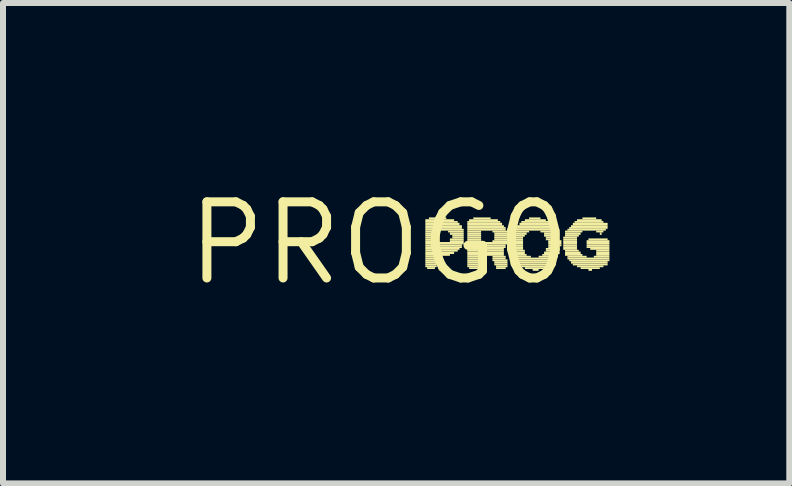
<source format=kicad_pcb>
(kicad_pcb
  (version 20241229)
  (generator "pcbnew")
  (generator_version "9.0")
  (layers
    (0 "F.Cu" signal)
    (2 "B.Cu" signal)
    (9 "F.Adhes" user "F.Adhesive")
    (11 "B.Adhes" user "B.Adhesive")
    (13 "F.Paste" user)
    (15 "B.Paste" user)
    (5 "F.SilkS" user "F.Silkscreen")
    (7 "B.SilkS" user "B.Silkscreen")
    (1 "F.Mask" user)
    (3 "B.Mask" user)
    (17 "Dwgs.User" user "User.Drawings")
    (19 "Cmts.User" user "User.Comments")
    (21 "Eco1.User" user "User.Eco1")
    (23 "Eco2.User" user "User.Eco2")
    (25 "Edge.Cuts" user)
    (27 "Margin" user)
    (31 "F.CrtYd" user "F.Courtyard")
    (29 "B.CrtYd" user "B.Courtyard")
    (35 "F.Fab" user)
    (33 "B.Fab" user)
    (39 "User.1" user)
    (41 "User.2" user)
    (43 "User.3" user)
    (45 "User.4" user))
  (footprint "PROG0"
    (layer "F.Cu")
    (at 3.273 1.006)
    (property "Reference" "PROG0" (at 0 0 0) (unlocked yes) (layer "F.SilkS") (effects (font (size 1.27 1.27) (thickness 0.15))))
    (fp_poly (pts (xy 0.77 -0.37) (xy 1.25 -0.37) (xy 1.25 -0.4) (xy 0.77 -0.4)) (stroke (width 0) (type default)) (fill yes) (layer "F.SilkS"))
    (fp_poly (pts (xy 0.77 -0.34) (xy 1.31 -0.34) (xy 1.31 -0.37) (xy 0.77 -0.37)) (stroke (width 0) (type default)) (fill yes) (layer "F.SilkS"))
    (fp_poly (pts (xy 0.77 -0.3) (xy 1.34 -0.3) (xy 1.34 -0.34) (xy 0.77 -0.34)) (stroke (width 0) (type default)) (fill yes) (layer "F.SilkS"))
    (fp_poly (pts (xy 0.77 -0.27) (xy 1.38 -0.27) (xy 1.38 -0.3) (xy 0.77 -0.3)) (stroke (width 0) (type default)) (fill yes) (layer "F.SilkS"))
    (fp_poly (pts (xy 0.77 -0.24) (xy 1.38 -0.24) (xy 1.38 -0.27) (xy 0.77 -0.27)) (stroke (width 0) (type default)) (fill yes) (layer "F.SilkS"))
    (fp_poly (pts (xy 0.77 -0.21) (xy 1.41 -0.21) (xy 1.41 -0.24) (xy 0.77 -0.24)) (stroke (width 0) (type default)) (fill yes) (layer "F.SilkS"))
    (fp_poly (pts (xy 0.77 -0.18) (xy 0.96 -0.18) (xy 0.96 -0.21) (xy 0.77 -0.21)) (stroke (width 0) (type default)) (fill yes) (layer "F.SilkS"))
    (fp_poly (pts (xy 0.77 -0.14) (xy 0.96 -0.14) (xy 0.96 -0.18) (xy 0.77 -0.18)) (stroke (width 0) (type default)) (fill yes) (layer "F.SilkS"))
    (fp_poly (pts (xy 0.77 -0.11) (xy 0.96 -0.11) (xy 0.96 -0.14) (xy 0.77 -0.14)) (stroke (width 0) (type default)) (fill yes) (layer "F.SilkS"))
    (fp_poly (pts (xy 0.77 -0.08) (xy 0.96 -0.08) (xy 0.96 -0.11) (xy 0.77 -0.11)) (stroke (width 0) (type default)) (fill yes) (layer "F.SilkS"))
    (fp_poly (pts (xy 0.77 -0.05) (xy 0.96 -0.05) (xy 0.96 -0.08) (xy 0.77 -0.08)) (stroke (width 0) (type default)) (fill yes) (layer "F.SilkS"))
    (fp_poly (pts (xy 0.77 -0.02) (xy 0.96 -0.02) (xy 0.96 -0.05) (xy 0.77 -0.05)) (stroke (width 0) (type default)) (fill yes) (layer "F.SilkS"))
    (fp_poly (pts (xy 0.77 0.02) (xy 1.41 0.02) (xy 1.41 -0.02) (xy 0.77 -0.02)) (stroke (width 0) (type default)) (fill yes) (layer "F.SilkS"))
    (fp_poly (pts (xy 0.77 0.05) (xy 1.38 0.05) (xy 1.38 0.02) (xy 0.77 0.02)) (stroke (width 0) (type default)) (fill yes) (layer "F.SilkS"))
    (fp_poly (pts (xy 0.77 0.08) (xy 1.38 0.08) (xy 1.38 0.05) (xy 0.77 0.05)) (stroke (width 0) (type default)) (fill yes) (layer "F.SilkS"))
    (fp_poly (pts (xy 0.77 0.11) (xy 1.34 0.11) (xy 1.34 0.08) (xy 0.77 0.08)) (stroke (width 0) (type default)) (fill yes) (layer "F.SilkS"))
    (fp_poly (pts (xy 0.77 0.14) (xy 1.31 0.14) (xy 1.31 0.11) (xy 0.77 0.11)) (stroke (width 0) (type default)) (fill yes) (layer "F.SilkS"))
    (fp_poly (pts (xy 0.77 0.18) (xy 1.25 0.18) (xy 1.25 0.14) (xy 0.77 0.14)) (stroke (width 0) (type default)) (fill yes) (layer "F.SilkS"))
    (fp_poly (pts (xy 0.77 0.21) (xy 1.18 0.21) (xy 1.18 0.18) (xy 0.77 0.18)) (stroke (width 0) (type default)) (fill yes) (layer "F.SilkS"))
    (fp_poly (pts (xy 0.77 0.24) (xy 0.96 0.24) (xy 0.96 0.21) (xy 0.77 0.21)) (stroke (width 0) (type default)) (fill yes) (layer "F.SilkS"))
    (fp_poly (pts (xy 0.77 0.27) (xy 0.96 0.27) (xy 0.96 0.24) (xy 0.77 0.24)) (stroke (width 0) (type default)) (fill yes) (layer "F.SilkS"))
    (fp_poly (pts (xy 0.77 0.3) (xy 0.96 0.3) (xy 0.96 0.27) (xy 0.77 0.27)) (stroke (width 0) (type default)) (fill yes) (layer "F.SilkS"))
    (fp_poly (pts (xy 0.77 0.34) (xy 0.96 0.34) (xy 0.96 0.3) (xy 0.77 0.3)) (stroke (width 0) (type default)) (fill yes) (layer "F.SilkS"))
    (fp_poly (pts (xy 0.77 0.37) (xy 0.96 0.37) (xy 0.96 0.34) (xy 0.77 0.34)) (stroke (width 0) (type default)) (fill yes) (layer "F.SilkS"))
    (fp_poly (pts (xy 0.77 0.4) (xy 0.96 0.4) (xy 0.96 0.37) (xy 0.77 0.37)) (stroke (width 0) (type default)) (fill yes) (layer "F.SilkS"))
    (fp_poly (pts (xy 0.8 0.43) (xy 0.93 0.43) (xy 0.93 0.4) (xy 0.8 0.4)) (stroke (width 0) (type default)) (fill yes) (layer "F.SilkS"))
    (fp_poly (pts (xy 0.83 -0.4) (xy 1.12 -0.4) (xy 1.12 -0.43) (xy 0.83 -0.43)) (stroke (width 0) (type default)) (fill yes) (layer "F.SilkS"))
    (fp_poly (pts (xy 1.15 -0.18) (xy 1.41 -0.18) (xy 1.41 -0.21) (xy 1.15 -0.21)) (stroke (width 0) (type default)) (fill yes) (layer "F.SilkS"))
    (fp_poly (pts (xy 1.18 -0.14) (xy 1.41 -0.14) (xy 1.41 -0.18) (xy 1.18 -0.18)) (stroke (width 0) (type default)) (fill yes) (layer "F.SilkS"))
    (fp_poly (pts (xy 1.18 -0.05) (xy 1.41 -0.05) (xy 1.41 -0.08) (xy 1.18 -0.08)) (stroke (width 0) (type default)) (fill yes) (layer "F.SilkS"))
    (fp_poly (pts (xy 1.18 -0.02) (xy 1.41 -0.02) (xy 1.41 -0.05) (xy 1.18 -0.05)) (stroke (width 0) (type default)) (fill yes) (layer "F.SilkS"))
    (fp_poly (pts (xy 1.22 -0.11) (xy 1.41 -0.11) (xy 1.41 -0.14) (xy 1.22 -0.14)) (stroke (width 0) (type default)) (fill yes) (layer "F.SilkS"))
    (fp_poly (pts (xy 1.22 -0.08) (xy 1.41 -0.08) (xy 1.41 -0.11) (xy 1.22 -0.11)) (stroke (width 0) (type default)) (fill yes) (layer "F.SilkS"))
    (fp_poly (pts (xy 1.47 -0.34) (xy 2.02 -0.34) (xy 2.02 -0.37) (xy 1.47 -0.37)) (stroke (width 0) (type default)) (fill yes) (layer "F.SilkS"))
    (fp_poly (pts (xy 1.47 -0.3) (xy 2.05 -0.3) (xy 2.05 -0.34) (xy 1.47 -0.34)) (stroke (width 0) (type default)) (fill yes) (layer "F.SilkS"))
    (fp_poly (pts (xy 1.47 -0.27) (xy 2.08 -0.27) (xy 2.08 -0.3) (xy 1.47 -0.3)) (stroke (width 0) (type default)) (fill yes) (layer "F.SilkS"))
    (fp_poly (pts (xy 1.47 -0.24) (xy 2.11 -0.24) (xy 2.11 -0.27) (xy 1.47 -0.27)) (stroke (width 0) (type default)) (fill yes) (layer "F.SilkS"))
    (fp_poly (pts (xy 1.47 -0.21) (xy 2.11 -0.21) (xy 2.11 -0.24) (xy 1.47 -0.24)) (stroke (width 0) (type default)) (fill yes) (layer "F.SilkS"))
    (fp_poly (pts (xy 1.47 -0.18) (xy 1.7 -0.18) (xy 1.7 -0.21) (xy 1.47 -0.21)) (stroke (width 0) (type default)) (fill yes) (layer "F.SilkS"))
    (fp_poly (pts (xy 1.47 -0.14) (xy 1.7 -0.14) (xy 1.7 -0.18) (xy 1.47 -0.18)) (stroke (width 0) (type default)) (fill yes) (layer "F.SilkS"))
    (fp_poly (pts (xy 1.47 -0.11) (xy 1.7 -0.11) (xy 1.7 -0.14) (xy 1.47 -0.14)) (stroke (width 0) (type default)) (fill yes) (layer "F.SilkS"))
    (fp_poly (pts (xy 1.47 -0.08) (xy 1.7 -0.08) (xy 1.7 -0.11) (xy 1.47 -0.11)) (stroke (width 0) (type default)) (fill yes) (layer "F.SilkS"))
    (fp_poly (pts (xy 1.47 -0.05) (xy 1.7 -0.05) (xy 1.7 -0.08) (xy 1.47 -0.08)) (stroke (width 0) (type default)) (fill yes) (layer "F.SilkS"))
    (fp_poly (pts (xy 1.47 -0.02) (xy 1.7 -0.02) (xy 1.7 -0.05) (xy 1.47 -0.05)) (stroke (width 0) (type default)) (fill yes) (layer "F.SilkS"))
    (fp_poly (pts (xy 1.47 0.02) (xy 2.14 0.02) (xy 2.14 -0.02) (xy 1.47 -0.02)) (stroke (width 0) (type default)) (fill yes) (layer "F.SilkS"))
    (fp_poly (pts (xy 1.47 0.05) (xy 2.11 0.05) (xy 2.11 0.02) (xy 1.47 0.02)) (stroke (width 0) (type default)) (fill yes) (layer "F.SilkS"))
    (fp_poly (pts (xy 1.47 0.08) (xy 2.11 0.08) (xy 2.11 0.05) (xy 1.47 0.05)) (stroke (width 0) (type default)) (fill yes) (layer "F.SilkS"))
    (fp_poly (pts (xy 1.47 0.11) (xy 2.08 0.11) (xy 2.08 0.08) (xy 1.47 0.08)) (stroke (width 0) (type default)) (fill yes) (layer "F.SilkS"))
    (fp_poly (pts (xy 1.47 0.14) (xy 2.08 0.14) (xy 2.08 0.11) (xy 1.47 0.11)) (stroke (width 0) (type default)) (fill yes) (layer "F.SilkS"))
    (fp_poly (pts (xy 1.47 0.18) (xy 2.08 0.18) (xy 2.08 0.14) (xy 1.47 0.14)) (stroke (width 0) (type default)) (fill yes) (layer "F.SilkS"))
    (fp_poly (pts (xy 1.47 0.21) (xy 2.08 0.21) (xy 2.08 0.18) (xy 1.47 0.18)) (stroke (width 0) (type default)) (fill yes) (layer "F.SilkS"))
    (fp_poly (pts (xy 1.47 0.24) (xy 1.7 0.24) (xy 1.7 0.21) (xy 1.47 0.21)) (stroke (width 0) (type default)) (fill yes) (layer "F.SilkS"))
    (fp_poly (pts (xy 1.47 0.27) (xy 1.7 0.27) (xy 1.7 0.24) (xy 1.47 0.24)) (stroke (width 0) (type default)) (fill yes) (layer "F.SilkS"))
    (fp_poly (pts (xy 1.47 0.3) (xy 1.7 0.3) (xy 1.7 0.27) (xy 1.47 0.27)) (stroke (width 0) (type default)) (fill yes) (layer "F.SilkS"))
    (fp_poly (pts (xy 1.47 0.34) (xy 1.7 0.34) (xy 1.7 0.3) (xy 1.47 0.3)) (stroke (width 0) (type default)) (fill yes) (layer "F.SilkS"))
    (fp_poly (pts (xy 1.47 0.37) (xy 1.7 0.37) (xy 1.7 0.34) (xy 1.47 0.34)) (stroke (width 0) (type default)) (fill yes) (layer "F.SilkS"))
    (fp_poly (pts (xy 1.47 0.4) (xy 1.7 0.4) (xy 1.7 0.37) (xy 1.47 0.37)) (stroke (width 0) (type default)) (fill yes) (layer "F.SilkS"))
    (fp_poly (pts (xy 1.5 -0.37) (xy 1.98 -0.37) (xy 1.98 -0.4) (xy 1.5 -0.4)) (stroke (width 0) (type default)) (fill yes) (layer "F.SilkS"))
    (fp_poly (pts (xy 1.5 0.43) (xy 1.66 0.43) (xy 1.66 0.4) (xy 1.5 0.4)) (stroke (width 0) (type default)) (fill yes) (layer "F.SilkS"))
    (fp_poly (pts (xy 1.57 -0.4) (xy 1.86 -0.4) (xy 1.86 -0.43) (xy 1.57 -0.43)) (stroke (width 0) (type default)) (fill yes) (layer "F.SilkS"))
    (fp_poly (pts (xy 1.89 -0.18) (xy 2.14 -0.18) (xy 2.14 -0.21) (xy 1.89 -0.21)) (stroke (width 0) (type default)) (fill yes) (layer "F.SilkS"))
    (fp_poly (pts (xy 1.89 -0.02) (xy 2.14 -0.02) (xy 2.14 -0.05) (xy 1.89 -0.05)) (stroke (width 0) (type default)) (fill yes) (layer "F.SilkS"))
    (fp_poly (pts (xy 1.89 0.24) (xy 2.11 0.24) (xy 2.11 0.21) (xy 1.89 0.21)) (stroke (width 0) (type default)) (fill yes) (layer "F.SilkS"))
    (fp_poly (pts (xy 1.89 0.27) (xy 2.11 0.27) (xy 2.11 0.24) (xy 1.89 0.24)) (stroke (width 0) (type default)) (fill yes) (layer "F.SilkS"))
    (fp_poly (pts (xy 1.89 0.3) (xy 2.14 0.3) (xy 2.14 0.27) (xy 1.89 0.27)) (stroke (width 0) (type default)) (fill yes) (layer "F.SilkS"))
    (fp_poly (pts (xy 1.92 -0.14) (xy 2.14 -0.14) (xy 2.14 -0.18) (xy 1.92 -0.18)) (stroke (width 0) (type default)) (fill yes) (layer "F.SilkS"))
    (fp_poly (pts (xy 1.92 -0.11) (xy 2.14 -0.11) (xy 2.14 -0.14) (xy 1.92 -0.14)) (stroke (width 0) (type default)) (fill yes) (layer "F.SilkS"))
    (fp_poly (pts (xy 1.92 -0.08) (xy 2.14 -0.08) (xy 2.14 -0.11) (xy 1.92 -0.11)) (stroke (width 0) (type default)) (fill yes) (layer "F.SilkS"))
    (fp_poly (pts (xy 1.92 -0.05) (xy 2.14 -0.05) (xy 2.14 -0.08) (xy 1.92 -0.08)) (stroke (width 0) (type default)) (fill yes) (layer "F.SilkS"))
    (fp_poly (pts (xy 1.92 0.34) (xy 2.14 0.34) (xy 2.14 0.3) (xy 1.92 0.3)) (stroke (width 0) (type default)) (fill yes) (layer "F.SilkS"))
    (fp_poly (pts (xy 1.92 0.37) (xy 2.14 0.37) (xy 2.14 0.34) (xy 1.92 0.34)) (stroke (width 0) (type default)) (fill yes) (layer "F.SilkS"))
    (fp_poly (pts (xy 1.95 0.4) (xy 2.14 0.4) (xy 2.14 0.37) (xy 1.95 0.37)) (stroke (width 0) (type default)) (fill yes) (layer "F.SilkS"))
    (fp_poly (pts (xy 1.95 0.43) (xy 2.11 0.43) (xy 2.11 0.4) (xy 1.95 0.4)) (stroke (width 0) (type default)) (fill yes) (layer "F.SilkS"))
    (fp_poly (pts (xy 2.18 -0.08) (xy 2.4 -0.08) (xy 2.4 -0.11) (xy 2.18 -0.11)) (stroke (width 0) (type default)) (fill yes) (layer "F.SilkS"))
    (fp_poly (pts (xy 2.18 -0.05) (xy 2.4 -0.05) (xy 2.4 -0.08) (xy 2.18 -0.08)) (stroke (width 0) (type default)) (fill yes) (layer "F.SilkS"))
    (fp_poly (pts (xy 2.18 -0.02) (xy 2.4 -0.02) (xy 2.4 -0.05) (xy 2.18 -0.05)) (stroke (width 0) (type default)) (fill yes) (layer "F.SilkS"))
    (fp_poly (pts (xy 2.18 0.02) (xy 2.4 0.02) (xy 2.4 -0.02) (xy 2.18 -0.02)) (stroke (width 0) (type default)) (fill yes) (layer "F.SilkS"))
    (fp_poly (pts (xy 2.18 0.05) (xy 2.4 0.05) (xy 2.4 0.02) (xy 2.18 0.02)) (stroke (width 0) (type default)) (fill yes) (layer "F.SilkS"))
    (fp_poly (pts (xy 2.18 0.08) (xy 2.4 0.08) (xy 2.4 0.05) (xy 2.18 0.05)) (stroke (width 0) (type default)) (fill yes) (layer "F.SilkS"))
    (fp_poly (pts (xy 2.18 0.11) (xy 2.4 0.11) (xy 2.4 0.08) (xy 2.18 0.08)) (stroke (width 0) (type default)) (fill yes) (layer "F.SilkS"))
    (fp_poly (pts (xy 2.18 0.14) (xy 2.43 0.14) (xy 2.43 0.11) (xy 2.18 0.11)) (stroke (width 0) (type default)) (fill yes) (layer "F.SilkS"))
    (fp_poly (pts (xy 2.21 -0.14) (xy 2.46 -0.14) (xy 2.46 -0.18) (xy 2.21 -0.18)) (stroke (width 0) (type default)) (fill yes) (layer "F.SilkS"))
    (fp_poly (pts (xy 2.21 -0.11) (xy 2.43 -0.11) (xy 2.43 -0.14) (xy 2.21 -0.14)) (stroke (width 0) (type default)) (fill yes) (layer "F.SilkS"))
    (fp_poly (pts (xy 2.21 0.18) (xy 2.43 0.18) (xy 2.43 0.14) (xy 2.21 0.14)) (stroke (width 0) (type default)) (fill yes) (layer "F.SilkS"))
    (fp_poly (pts (xy 2.21 0.21) (xy 2.46 0.21) (xy 2.46 0.18) (xy 2.21 0.18)) (stroke (width 0) (type default)) (fill yes) (layer "F.SilkS"))
    (fp_poly (pts (xy 2.24 -0.21) (xy 2.98 -0.21) (xy 2.98 -0.24) (xy 2.24 -0.24)) (stroke (width 0) (type default)) (fill yes) (layer "F.SilkS"))
    (fp_poly (pts (xy 2.24 -0.18) (xy 2.5 -0.18) (xy 2.5 -0.21) (xy 2.24 -0.21)) (stroke (width 0) (type default)) (fill yes) (layer "F.SilkS"))
    (fp_poly (pts (xy 2.24 0.24) (xy 2.53 0.24) (xy 2.53 0.21) (xy 2.24 0.21)) (stroke (width 0) (type default)) (fill yes) (layer "F.SilkS"))
    (fp_poly (pts (xy 2.24 0.27) (xy 2.94 0.27) (xy 2.94 0.24) (xy 2.24 0.24)) (stroke (width 0) (type default)) (fill yes) (layer "F.SilkS"))
    (fp_poly (pts (xy 2.27 -0.24) (xy 2.94 -0.24) (xy 2.94 -0.27) (xy 2.27 -0.27)) (stroke (width 0) (type default)) (fill yes) (layer "F.SilkS"))
    (fp_poly (pts (xy 2.27 0.3) (xy 2.94 0.3) (xy 2.94 0.27) (xy 2.27 0.27)) (stroke (width 0) (type default)) (fill yes) (layer "F.SilkS"))
    (fp_poly (pts (xy 2.3 -0.27) (xy 2.91 -0.27) (xy 2.91 -0.3) (xy 2.3 -0.3)) (stroke (width 0) (type default)) (fill yes) (layer "F.SilkS"))
    (fp_poly (pts (xy 2.3 0.34) (xy 2.91 0.34) (xy 2.91 0.3) (xy 2.3 0.3)) (stroke (width 0) (type default)) (fill yes) (layer "F.SilkS"))
    (fp_poly (pts (xy 2.34 -0.3) (xy 2.88 -0.3) (xy 2.88 -0.34) (xy 2.34 -0.34)) (stroke (width 0) (type default)) (fill yes) (layer "F.SilkS"))
    (fp_poly (pts (xy 2.34 0.37) (xy 2.88 0.37) (xy 2.88 0.34) (xy 2.34 0.34)) (stroke (width 0) (type default)) (fill yes) (layer "F.SilkS"))
    (fp_poly (pts (xy 2.37 -0.34) (xy 2.85 -0.34) (xy 2.85 -0.37) (xy 2.37 -0.37)) (stroke (width 0) (type default)) (fill yes) (layer "F.SilkS"))
    (fp_poly (pts (xy 2.37 0.4) (xy 2.82 0.4) (xy 2.82 0.37) (xy 2.37 0.37)) (stroke (width 0) (type default)) (fill yes) (layer "F.SilkS"))
    (fp_poly (pts (xy 2.43 -0.37) (xy 2.78 -0.37) (xy 2.78 -0.4) (xy 2.43 -0.4)) (stroke (width 0) (type default)) (fill yes) (layer "F.SilkS"))
    (fp_poly (pts (xy 2.43 0.43) (xy 2.78 0.43) (xy 2.78 0.4) (xy 2.43 0.4)) (stroke (width 0) (type default)) (fill yes) (layer "F.SilkS"))
    (fp_poly (pts (xy 2.5 -0.4) (xy 2.69 -0.4) (xy 2.69 -0.43) (xy 2.5 -0.43)) (stroke (width 0) (type default)) (fill yes) (layer "F.SilkS"))
    (fp_poly (pts (xy 2.56 0.46) (xy 2.66 0.46) (xy 2.66 0.43) (xy 2.56 0.43)) (stroke (width 0) (type default)) (fill yes) (layer "F.SilkS"))
    (fp_poly (pts (xy 2.66 0.24) (xy 2.98 0.24) (xy 2.98 0.21) (xy 2.66 0.21)) (stroke (width 0) (type default)) (fill yes) (layer "F.SilkS"))
    (fp_poly (pts (xy 2.69 -0.18) (xy 2.98 -0.18) (xy 2.98 -0.21) (xy 2.69 -0.21)) (stroke (width 0) (type default)) (fill yes) (layer "F.SilkS"))
    (fp_poly (pts (xy 2.72 0.21) (xy 2.98 0.21) (xy 2.98 0.18) (xy 2.72 0.18)) (stroke (width 0) (type default)) (fill yes) (layer "F.SilkS"))
    (fp_poly (pts (xy 2.75 -0.14) (xy 3.01 -0.14) (xy 3.01 -0.18) (xy 2.75 -0.18)) (stroke (width 0) (type default)) (fill yes) (layer "F.SilkS"))
    (fp_poly (pts (xy 2.75 -0.11) (xy 3.01 -0.11) (xy 3.01 -0.14) (xy 2.75 -0.14)) (stroke (width 0) (type default)) (fill yes) (layer "F.SilkS"))
    (fp_poly (pts (xy 2.75 0.18) (xy 3.01 0.18) (xy 3.01 0.14) (xy 2.75 0.14)) (stroke (width 0) (type default)) (fill yes) (layer "F.SilkS"))
    (fp_poly (pts (xy 2.78 -0.08) (xy 3.01 -0.08) (xy 3.01 -0.11) (xy 2.78 -0.11)) (stroke (width 0) (type default)) (fill yes) (layer "F.SilkS"))
    (fp_poly (pts (xy 2.78 -0.05) (xy 3.01 -0.05) (xy 3.01 -0.08) (xy 2.78 -0.08)) (stroke (width 0) (type default)) (fill yes) (layer "F.SilkS"))
    (fp_poly (pts (xy 2.78 0.11) (xy 3.01 0.11) (xy 3.01 0.08) (xy 2.78 0.08)) (stroke (width 0) (type default)) (fill yes) (layer "F.SilkS"))
    (fp_poly (pts (xy 2.78 0.14) (xy 3.01 0.14) (xy 3.01 0.11) (xy 2.78 0.11)) (stroke (width 0) (type default)) (fill yes) (layer "F.SilkS"))
    (fp_poly (pts (xy 2.82 -0.02) (xy 3.04 -0.02) (xy 3.04 -0.05) (xy 2.82 -0.05)) (stroke (width 0) (type default)) (fill yes) (layer "F.SilkS"))
    (fp_poly (pts (xy 2.82 0.02) (xy 3.04 0.02) (xy 3.04 -0.02) (xy 2.82 -0.02)) (stroke (width 0) (type default)) (fill yes) (layer "F.SilkS"))
    (fp_poly (pts (xy 2.82 0.05) (xy 3.04 0.05) (xy 3.04 0.02) (xy 2.82 0.02)) (stroke (width 0) (type default)) (fill yes) (layer "F.SilkS"))
    (fp_poly (pts (xy 2.82 0.08) (xy 3.01 0.08) (xy 3.01 0.05) (xy 2.82 0.05)) (stroke (width 0) (type default)) (fill yes) (layer "F.SilkS"))
    (fp_poly (pts (xy 3.07 -0.08) (xy 3.3 -0.08) (xy 3.3 -0.11) (xy 3.07 -0.11)) (stroke (width 0) (type default)) (fill yes) (layer "F.SilkS"))
    (fp_poly (pts (xy 3.07 -0.05) (xy 3.3 -0.05) (xy 3.3 -0.08) (xy 3.07 -0.08)) (stroke (width 0) (type default)) (fill yes) (layer "F.SilkS"))
    (fp_poly (pts (xy 3.07 -0.02) (xy 3.3 -0.02) (xy 3.3 -0.05) (xy 3.07 -0.05)) (stroke (width 0) (type default)) (fill yes) (layer "F.SilkS"))
    (fp_poly (pts (xy 3.07 0.02) (xy 3.3 0.02) (xy 3.3 -0.02) (xy 3.07 -0.02)) (stroke (width 0) (type default)) (fill yes) (layer "F.SilkS"))
    (fp_poly (pts (xy 3.07 0.05) (xy 3.3 0.05) (xy 3.3 0.02) (xy 3.07 0.02)) (stroke (width 0) (type default)) (fill yes) (layer "F.SilkS"))
    (fp_poly (pts (xy 3.07 0.08) (xy 3.3 0.08) (xy 3.3 0.05) (xy 3.07 0.05)) (stroke (width 0) (type default)) (fill yes) (layer "F.SilkS"))
    (fp_poly (pts (xy 3.07 0.11) (xy 3.3 0.11) (xy 3.3 0.08) (xy 3.07 0.08)) (stroke (width 0) (type default)) (fill yes) (layer "F.SilkS"))
    (fp_poly (pts (xy 3.1 -0.18) (xy 3.39 -0.18) (xy 3.39 -0.21) (xy 3.1 -0.21)) (stroke (width 0) (type default)) (fill yes) (layer "F.SilkS"))
    (fp_poly (pts (xy 3.1 -0.14) (xy 3.36 -0.14) (xy 3.36 -0.18) (xy 3.1 -0.18)) (stroke (width 0) (type default)) (fill yes) (layer "F.SilkS"))
    (fp_poly (pts (xy 3.1 -0.11) (xy 3.33 -0.11) (xy 3.33 -0.14) (xy 3.1 -0.14)) (stroke (width 0) (type default)) (fill yes) (layer "F.SilkS"))
    (fp_poly (pts (xy 3.1 0.14) (xy 3.33 0.14) (xy 3.33 0.11) (xy 3.1 0.11)) (stroke (width 0) (type default)) (fill yes) (layer "F.SilkS"))
    (fp_poly (pts (xy 3.1 0.18) (xy 3.36 0.18) (xy 3.36 0.14) (xy 3.1 0.14)) (stroke (width 0) (type default)) (fill yes) (layer "F.SilkS"))
    (fp_poly (pts (xy 3.1 0.21) (xy 3.39 0.21) (xy 3.39 0.18) (xy 3.1 0.18)) (stroke (width 0) (type default)) (fill yes) (layer "F.SilkS"))
    (fp_poly (pts (xy 3.14 -0.21) (xy 3.78 -0.21) (xy 3.78 -0.24) (xy 3.14 -0.24)) (stroke (width 0) (type default)) (fill yes) (layer "F.SilkS"))
    (fp_poly (pts (xy 3.14 0.24) (xy 3.46 0.24) (xy 3.46 0.21) (xy 3.14 0.21)) (stroke (width 0) (type default)) (fill yes) (layer "F.SilkS"))
    (fp_poly (pts (xy 3.14 0.27) (xy 3.84 0.27) (xy 3.84 0.24) (xy 3.14 0.24)) (stroke (width 0) (type default)) (fill yes) (layer "F.SilkS"))
    (fp_poly (pts (xy 3.17 -0.24) (xy 3.81 -0.24) (xy 3.81 -0.27) (xy 3.17 -0.27)) (stroke (width 0) (type default)) (fill yes) (layer "F.SilkS"))
    (fp_poly (pts (xy 3.17 0.3) (xy 3.84 0.3) (xy 3.84 0.27) (xy 3.17 0.27)) (stroke (width 0) (type default)) (fill yes) (layer "F.SilkS"))
    (fp_poly (pts (xy 3.2 -0.27) (xy 3.81 -0.27) (xy 3.81 -0.3) (xy 3.2 -0.3)) (stroke (width 0) (type default)) (fill yes) (layer "F.SilkS"))
    (fp_poly (pts (xy 3.2 0.34) (xy 3.81 0.34) (xy 3.81 0.3) (xy 3.2 0.3)) (stroke (width 0) (type default)) (fill yes) (layer "F.SilkS"))
    (fp_poly (pts (xy 3.23 -0.3) (xy 3.81 -0.3) (xy 3.81 -0.34) (xy 3.23 -0.34)) (stroke (width 0) (type default)) (fill yes) (layer "F.SilkS"))
    (fp_poly (pts (xy 3.23 0.37) (xy 3.81 0.37) (xy 3.81 0.34) (xy 3.23 0.34)) (stroke (width 0) (type default)) (fill yes) (layer "F.SilkS"))
    (fp_poly (pts (xy 3.26 -0.34) (xy 3.74 -0.34) (xy 3.74 -0.37) (xy 3.26 -0.37)) (stroke (width 0) (type default)) (fill yes) (layer "F.SilkS"))
    (fp_poly (pts (xy 3.3 -0.37) (xy 3.71 -0.37) (xy 3.71 -0.4) (xy 3.3 -0.4)) (stroke (width 0) (type default)) (fill yes) (layer "F.SilkS"))
    (fp_poly (pts (xy 3.3 0.4) (xy 3.74 0.4) (xy 3.74 0.37) (xy 3.3 0.37)) (stroke (width 0) (type default)) (fill yes) (layer "F.SilkS"))
    (fp_poly (pts (xy 3.36 0.43) (xy 3.68 0.43) (xy 3.68 0.4) (xy 3.36 0.4)) (stroke (width 0) (type default)) (fill yes) (layer "F.SilkS"))
    (fp_poly (pts (xy 3.39 -0.4) (xy 3.62 -0.4) (xy 3.62 -0.43) (xy 3.39 -0.43)) (stroke (width 0) (type default)) (fill yes) (layer "F.SilkS"))
    (fp_poly (pts (xy 3.46 -0.02) (xy 3.84 -0.02) (xy 3.84 -0.05) (xy 3.46 -0.05)) (stroke (width 0) (type default)) (fill yes) (layer "F.SilkS"))
    (fp_poly (pts (xy 3.46 0.02) (xy 3.84 0.02) (xy 3.84 -0.02) (xy 3.46 -0.02)) (stroke (width 0) (type default)) (fill yes) (layer "F.SilkS"))
    (fp_poly (pts (xy 3.46 0.05) (xy 3.84 0.05) (xy 3.84 0.02) (xy 3.46 0.02)) (stroke (width 0) (type default)) (fill yes) (layer "F.SilkS"))
    (fp_poly (pts (xy 3.46 0.08) (xy 3.84 0.08) (xy 3.84 0.05) (xy 3.46 0.05)) (stroke (width 0) (type default)) (fill yes) (layer "F.SilkS"))
    (fp_poly (pts (xy 3.49 -0.05) (xy 3.81 -0.05) (xy 3.81 -0.08) (xy 3.49 -0.08)) (stroke (width 0) (type default)) (fill yes) (layer "F.SilkS"))
    (fp_poly (pts (xy 3.49 0.46) (xy 3.55 0.46) (xy 3.55 0.43) (xy 3.49 0.43)) (stroke (width 0) (type default)) (fill yes) (layer "F.SilkS"))
    (fp_poly (pts (xy 3.52 0.11) (xy 3.84 0.11) (xy 3.84 0.08) (xy 3.52 0.08)) (stroke (width 0) (type default)) (fill yes) (layer "F.SilkS"))
    (fp_poly (pts (xy 3.58 0.24) (xy 3.84 0.24) (xy 3.84 0.21) (xy 3.58 0.21)) (stroke (width 0) (type default)) (fill yes) (layer "F.SilkS"))
    (fp_poly (pts (xy 3.62 -0.18) (xy 3.74 -0.18) (xy 3.74 -0.21) (xy 3.62 -0.21)) (stroke (width 0) (type default)) (fill yes) (layer "F.SilkS"))
    (fp_poly (pts (xy 3.62 0.14) (xy 3.84 0.14) (xy 3.84 0.11) (xy 3.62 0.11)) (stroke (width 0) (type default)) (fill yes) (layer "F.SilkS"))
    (fp_poly (pts (xy 3.62 0.18) (xy 3.84 0.18) (xy 3.84 0.14) (xy 3.62 0.14)) (stroke (width 0) (type default)) (fill yes) (layer "F.SilkS"))
    (fp_poly (pts (xy 3.62 0.21) (xy 3.84 0.21) (xy 3.84 0.18) (xy 3.62 0.18)) (stroke (width 0) (type default)) (fill yes) (layer "F.SilkS"))
    (fp_poly (pts (xy 3.68 -0.14) (xy 3.71 -0.14) (xy 3.71 -0.18) (xy 3.68 -0.18)) (stroke (width 0) (type default)) (fill yes) (layer "F.SilkS")))
  (gr_rect
    (start -3 -3)
    (end 10.113 5.012)
    (stroke (width 0.1) (type default))
    (fill no)
    (layer "Edge.Cuts")))
</source>
